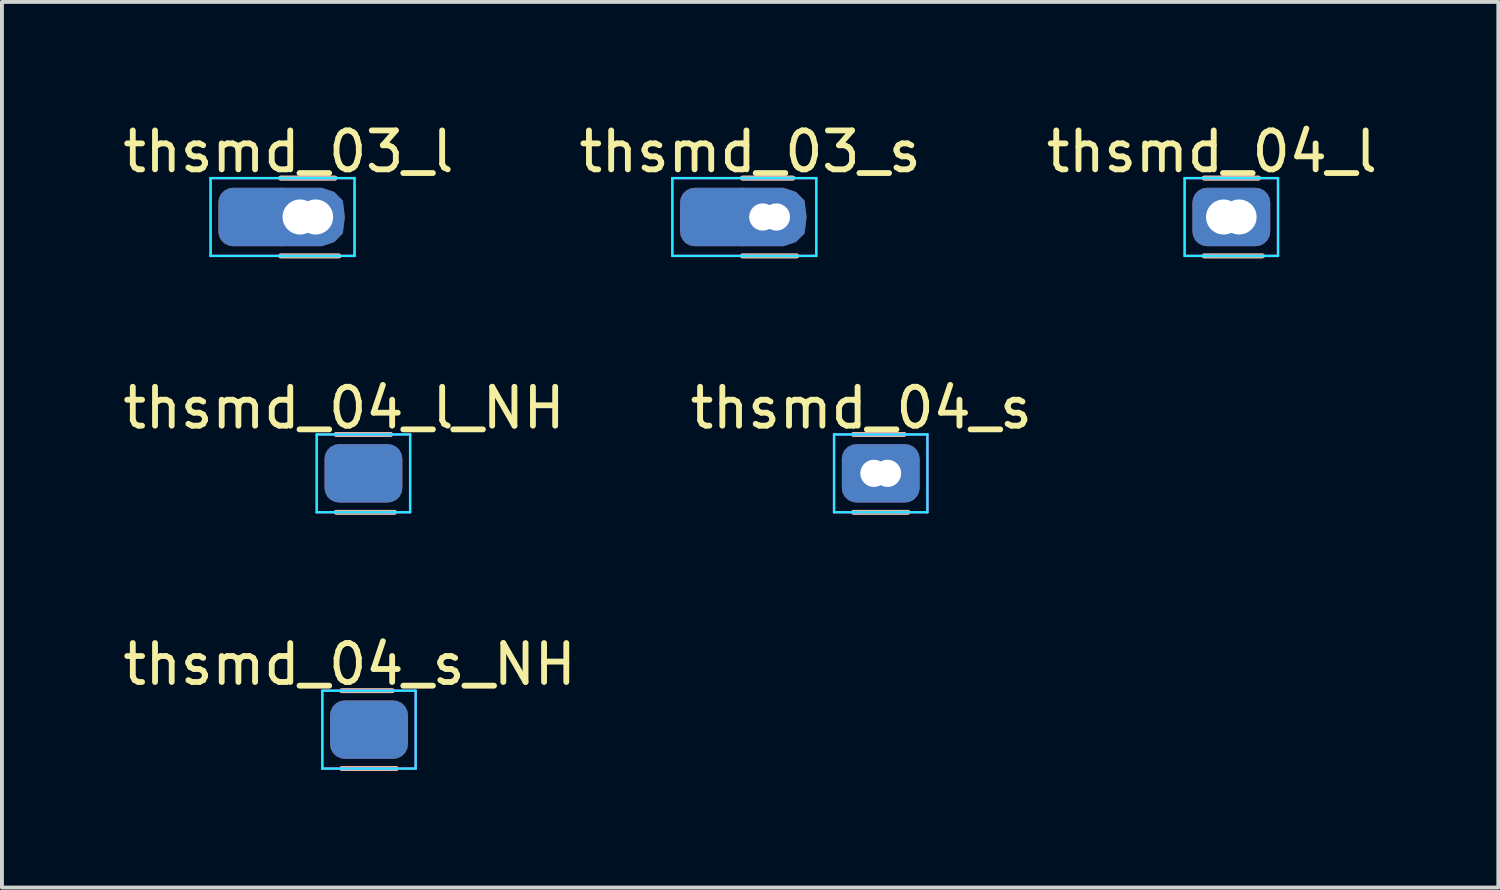
<source format=kicad_pcb>
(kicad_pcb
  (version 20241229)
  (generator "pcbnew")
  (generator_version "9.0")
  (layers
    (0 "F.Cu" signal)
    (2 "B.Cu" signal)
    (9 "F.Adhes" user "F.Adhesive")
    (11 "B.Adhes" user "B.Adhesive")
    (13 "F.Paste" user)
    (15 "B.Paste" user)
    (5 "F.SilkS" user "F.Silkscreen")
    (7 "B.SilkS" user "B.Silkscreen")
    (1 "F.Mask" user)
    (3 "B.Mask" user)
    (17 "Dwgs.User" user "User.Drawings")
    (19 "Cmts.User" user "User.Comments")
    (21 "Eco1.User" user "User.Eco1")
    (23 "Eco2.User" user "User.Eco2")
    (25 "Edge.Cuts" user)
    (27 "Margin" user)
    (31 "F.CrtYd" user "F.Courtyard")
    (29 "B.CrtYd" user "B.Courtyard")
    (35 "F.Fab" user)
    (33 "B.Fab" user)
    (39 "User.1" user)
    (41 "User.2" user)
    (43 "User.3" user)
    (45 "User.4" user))
  (footprint "thsmd_03_l"
    (layer "F.Cu")
    (at 4.863 2.528)
    (property "Reference" "thsmd_03_l" (at -0.5 -1.68 0) (layer "F.SilkS") (effects (font (size 1 1) (thickness 0.15))))
    (attr through_hole)
    (fp_poly (pts (xy 0.65 -0.6) (xy 0.85 -0.4) (xy 0.9 0) (xy 0.85 0.4) (xy 0.65 0.6) (xy 0.35 0.7) (xy -0.7 0.7) (xy -0.7 -0.7) (xy 0.35 -0.7)) (stroke (width 0.1) (type solid)) (fill yes) (layer "F.Cu"))
    (fp_poly (pts (xy 0.7 -0.65) (xy 0.9 -0.45) (xy 0.95 0) (xy 0.9 0.45) (xy 0.7 0.65) (xy 0.35 0.75) (xy -0.7 0.75) (xy -0.7 -0.75) (xy 0.35 -0.75)) (stroke (width 0.1) (type solid)) (fill yes) (layer "F.Mask"))
    (fp_poly (pts (xy 0.65 -0.6) (xy 0.85 -0.4) (xy 0.9 0) (xy 0.85 0.4) (xy 0.65 0.6) (xy 0.35 0.7) (xy -0.7 0.7) (xy -0.7 -0.7) (xy 0.35 -0.7)) (stroke (width 0.1) (type solid)) (fill yes) (layer "B.Cu"))
    (fp_poly (pts (xy 0.7 -0.65) (xy 0.9 -0.45) (xy 0.95 0) (xy 0.9 0.45) (xy 0.7 0.65) (xy 0.35 0.75) (xy -0.7 0.75) (xy -0.7 -0.75) (xy 0.35 -0.75)) (stroke (width 0.1) (type solid)) (fill yes) (layer "B.Mask"))
    (fp_line (start -0.7 -1) (end 0.7 -1) (stroke (width 0.12) (type solid)) (layer "F.SilkS"))
    (fp_line (start -0.7 1) (end 0.8 1) (stroke (width 0.12) (type solid)) (layer "F.SilkS"))
    (fp_line (start -0.7 1) (end 0.8 1) (stroke (width 0.12) (type solid)) (layer "B.SilkS"))
    (fp_line (start 0.7 -1) (end -0.7 -1) (stroke (width 0.12) (type solid)) (layer "B.SilkS"))
    (fp_line (start -2.5 -1) (end 1.2 -1) (stroke (width 0.06) (type solid)) (layer "B.CrtYd"))
    (fp_line (start -2.5 1) (end -2.5 -1) (stroke (width 0.06) (type solid)) (layer "B.CrtYd"))
    (fp_line (start 1.2 -1) (end 1.2 1) (stroke (width 0.06) (type solid)) (layer "B.CrtYd"))
    (fp_line (start 1.2 1) (end -2.5 1) (stroke (width 0.06) (type solid)) (layer "B.CrtYd"))
    (fp_line (start -2.5 -1) (end 1.2 -1) (stroke (width 0.06) (type solid)) (layer "F.CrtYd"))
    (fp_line (start -2.5 1) (end -2.5 -1) (stroke (width 0.06) (type solid)) (layer "F.CrtYd"))
    (fp_line (start 1.2 -1) (end 1.2 1) (stroke (width 0.06) (type solid)) (layer "F.CrtYd"))
    (fp_line (start 1.2 1) (end -2.5 1) (stroke (width 0.06) (type solid)) (layer "F.CrtYd"))
    (pad "" np_thru_hole circle (at -0.2 0) (size 0.9 0.9) (drill 0.9) (layers "*.Cu"))
    (pad "" np_thru_hole circle (at 0.2 0) (size 0.9 0.9) (drill 0.9) (layers "*.Cu"))
    (pad "1" smd roundrect (at -1.3 0) (size 2 1.5) (layers "F.Cu" "F.Mask") (roundrect_rratio 0.25))
    (pad "2" smd roundrect (at -1.3 0) (size 2 1.5) (layers "B.Cu" "B.Mask") (roundrect_rratio 0.25)))
  (footprint "thsmd_04_s"
    (layer "F.Cu")
    (at 19.589 9.117)
    (property "Reference" "thsmd_04_s" (at -0.5 -1.68 0) (layer "F.SilkS") (effects (font (size 1 1) (thickness 0.15))))
    (attr through_hole)
    (fp_line (start -0.7 -1) (end 0.6 -1) (stroke (width 0.12) (type solid)) (layer "F.SilkS"))
    (fp_line (start -0.7 1) (end 0.7 1) (stroke (width 0.12) (type solid)) (layer "F.SilkS"))
    (fp_line (start -0.7 -1) (end 0.6 -1) (stroke (width 0.12) (type solid)) (layer "B.SilkS"))
    (fp_line (start -0.7 1) (end 0.7 1) (stroke (width 0.12) (type solid)) (layer "B.SilkS"))
    (fp_line (start -1.2 -1) (end 1.2 -1) (stroke (width 0.06) (type solid)) (layer "B.CrtYd"))
    (fp_line (start -1.2 1) (end -1.2 -1) (stroke (width 0.06) (type solid)) (layer "B.CrtYd"))
    (fp_line (start 1.2 -1) (end 1.2 1) (stroke (width 0.06) (type solid)) (layer "B.CrtYd"))
    (fp_line (start 1.2 1) (end -1.2 1) (stroke (width 0.06) (type solid)) (layer "B.CrtYd"))
    (fp_line (start -1.2 -1) (end 1.2 -1) (stroke (width 0.06) (type solid)) (layer "F.CrtYd"))
    (fp_line (start -1.2 1) (end -1.2 -1) (stroke (width 0.06) (type solid)) (layer "F.CrtYd"))
    (fp_line (start 1.2 -1) (end 1.2 1) (stroke (width 0.06) (type solid)) (layer "F.CrtYd"))
    (fp_line (start 1.2 1) (end -1.2 1) (stroke (width 0.06) (type solid)) (layer "F.CrtYd"))
    (pad "" np_thru_hole circle (at -0.175 0) (size 0.7 0.7) (drill 0.7) (layers "*.Cu"))
    (pad "" np_thru_hole circle (at 0.175 0) (size 0.7 0.7) (drill 0.7) (layers "*.Cu"))
    (pad "1" smd roundrect (at 0 0) (size 2 1.5) (layers "F.Cu" "F.Mask") (roundrect_rratio 0.25))
    (pad "2" smd roundrect (at 0 0) (size 2 1.5) (layers "B.Cu" "B.Mask") (roundrect_rratio 0.25)))
  (footprint "thsmd_04_s_NH"
    (layer "F.Cu")
    (at 6.435 15.705)
    (property "Reference" "thsmd_04_s_NH" (at -0.5 -1.68 0) (layer "F.SilkS") (effects (font (size 1 1) (thickness 0.15))))
    (attr through_hole)
    (fp_line (start -0.7 -1) (end 0.6 -1) (stroke (width 0.12) (type solid)) (layer "F.SilkS"))
    (fp_line (start -0.7 1) (end 0.7 1) (stroke (width 0.12) (type solid)) (layer "F.SilkS"))
    (fp_line (start -0.7 -1) (end 0.6 -1) (stroke (width 0.12) (type solid)) (layer "B.SilkS"))
    (fp_line (start -0.7 1) (end 0.7 1) (stroke (width 0.12) (type solid)) (layer "B.SilkS"))
    (fp_line (start -1.2 -1) (end 1.2 -1) (stroke (width 0.06) (type solid)) (layer "B.CrtYd"))
    (fp_line (start -1.2 1) (end -1.2 -1) (stroke (width 0.06) (type solid)) (layer "B.CrtYd"))
    (fp_line (start 1.2 -1) (end 1.2 1) (stroke (width 0.06) (type solid)) (layer "B.CrtYd"))
    (fp_line (start 1.2 1) (end -1.2 1) (stroke (width 0.06) (type solid)) (layer "B.CrtYd"))
    (fp_line (start -1.2 -1) (end 1.2 -1) (stroke (width 0.06) (type solid)) (layer "F.CrtYd"))
    (fp_line (start -1.2 1) (end -1.2 -1) (stroke (width 0.06) (type solid)) (layer "F.CrtYd"))
    (fp_line (start 1.2 -1) (end 1.2 1) (stroke (width 0.06) (type solid)) (layer "F.CrtYd"))
    (fp_line (start 1.2 1) (end -1.2 1) (stroke (width 0.06) (type solid)) (layer "F.CrtYd"))
    (pad "1" smd roundrect (at 0 0) (size 2 1.5) (layers "F.Cu" "F.Mask") (roundrect_rratio 0.25))
    (pad "2" smd roundrect (at 0 0) (size 2 1.5) (layers "B.Cu" "B.Mask") (roundrect_rratio 0.25)))
  (footprint "thsmd_04_l_NH"
    (layer "F.Cu")
    (at 6.292 9.117)
    (property "Reference" "thsmd_04_l_NH" (at -0.5 -1.68 0) (layer "F.SilkS") (effects (font (size 1 1) (thickness 0.15))))
    (attr through_hole)
    (fp_line (start -0.7 -1) (end 0.7 -1) (stroke (width 0.12) (type solid)) (layer "F.SilkS"))
    (fp_line (start -0.7 1) (end 0.8 1) (stroke (width 0.12) (type solid)) (layer "F.SilkS"))
    (fp_line (start -0.7 1) (end 0.8 1) (stroke (width 0.12) (type solid)) (layer "B.SilkS"))
    (fp_line (start 0.7 -1) (end -0.7 -1) (stroke (width 0.12) (type solid)) (layer "B.SilkS"))
    (fp_line (start -1.2 -1) (end 1.2 -1) (stroke (width 0.06) (type solid)) (layer "B.CrtYd"))
    (fp_line (start -1.2 1) (end -1.2 -1) (stroke (width 0.06) (type solid)) (layer "B.CrtYd"))
    (fp_line (start 1.2 -1) (end 1.2 1) (stroke (width 0.06) (type solid)) (layer "B.CrtYd"))
    (fp_line (start 1.2 1) (end -1.2 1) (stroke (width 0.06) (type solid)) (layer "B.CrtYd"))
    (fp_line (start -1.2 -1) (end 1.2 -1) (stroke (width 0.06) (type solid)) (layer "F.CrtYd"))
    (fp_line (start -1.2 1) (end -1.2 -1) (stroke (width 0.06) (type solid)) (layer "F.CrtYd"))
    (fp_line (start 1.2 -1) (end 1.2 1) (stroke (width 0.06) (type solid)) (layer "F.CrtYd"))
    (fp_line (start 1.2 1) (end -1.2 1) (stroke (width 0.06) (type solid)) (layer "F.CrtYd"))
    (pad "1" smd roundrect (at 0 0) (size 2 1.5) (layers "F.Cu" "F.Mask") (roundrect_rratio 0.25))
    (pad "2" smd roundrect (at 0 0) (size 2 1.5) (layers "B.Cu" "B.Mask") (roundrect_rratio 0.25)))
  (footprint "thsmd_04_l"
    (layer "F.Cu")
    (at 28.601 2.528)
    (property "Reference" "thsmd_04_l" (at -0.5 -1.68 0) (layer "F.SilkS") (effects (font (size 1 1) (thickness 0.15))))
    (attr through_hole)
    (fp_line (start -0.7 -1) (end 0.7 -1) (stroke (width 0.12) (type solid)) (layer "F.SilkS"))
    (fp_line (start -0.7 1) (end 0.8 1) (stroke (width 0.12) (type solid)) (layer "F.SilkS"))
    (fp_line (start -0.7 1) (end 0.8 1) (stroke (width 0.12) (type solid)) (layer "B.SilkS"))
    (fp_line (start 0.7 -1) (end -0.7 -1) (stroke (width 0.12) (type solid)) (layer "B.SilkS"))
    (fp_line (start -1.2 -1) (end 1.2 -1) (stroke (width 0.06) (type solid)) (layer "B.CrtYd"))
    (fp_line (start -1.2 1) (end -1.2 -1) (stroke (width 0.06) (type solid)) (layer "B.CrtYd"))
    (fp_line (start 1.2 -1) (end 1.2 1) (stroke (width 0.06) (type solid)) (layer "B.CrtYd"))
    (fp_line (start 1.2 1) (end -1.2 1) (stroke (width 0.06) (type solid)) (layer "B.CrtYd"))
    (fp_line (start -1.2 -1) (end 1.2 -1) (stroke (width 0.06) (type solid)) (layer "F.CrtYd"))
    (fp_line (start -1.2 1) (end -1.2 -1) (stroke (width 0.06) (type solid)) (layer "F.CrtYd"))
    (fp_line (start 1.2 -1) (end 1.2 1) (stroke (width 0.06) (type solid)) (layer "F.CrtYd"))
    (fp_line (start 1.2 1) (end -1.2 1) (stroke (width 0.06) (type solid)) (layer "F.CrtYd"))
    (pad "" np_thru_hole circle (at -0.2 0) (size 0.9 0.9) (drill 0.9) (layers "*.Cu"))
    (pad "" np_thru_hole circle (at 0.2 0) (size 0.9 0.9) (drill 0.9) (layers "*.Cu"))
    (pad "1" smd roundrect (at 0 0) (size 2 1.5) (layers "F.Cu" "F.Mask") (roundrect_rratio 0.25))
    (pad "2" smd roundrect (at 0 0) (size 2 1.5) (layers "B.Cu" "B.Mask") (roundrect_rratio 0.25)))
  (footprint "thsmd_03_s"
    (layer "F.Cu")
    (at 16.732 2.528)
    (property "Reference" "thsmd_03_s" (at -0.5 -1.68 0) (layer "F.SilkS") (effects (font (size 1 1) (thickness 0.15))))
    (attr through_hole)
    (fp_poly (pts (xy 0.65 -0.6) (xy 0.85 -0.4) (xy 0.9 0) (xy 0.85 0.4) (xy 0.65 0.6) (xy 0.35 0.7) (xy -0.7 0.7) (xy -0.7 -0.7) (xy 0.35 -0.7)) (stroke (width 0.1) (type solid)) (fill yes) (layer "F.Cu"))
    (fp_poly (pts (xy 0.7 -0.65) (xy 0.9 -0.45) (xy 0.95 0) (xy 0.9 0.45) (xy 0.7 0.65) (xy 0.35 0.75) (xy -0.7 0.75) (xy -0.7 -0.75) (xy 0.35 -0.75)) (stroke (width 0.1) (type solid)) (fill yes) (layer "F.Mask"))
    (fp_poly (pts (xy 0.65 -0.6) (xy 0.85 -0.4) (xy 0.9 0) (xy 0.85 0.4) (xy 0.65 0.6) (xy 0.35 0.7) (xy -0.7 0.7) (xy -0.7 -0.7) (xy 0.35 -0.7)) (stroke (width 0.1) (type solid)) (fill yes) (layer "B.Cu"))
    (fp_poly (pts (xy 0.7 -0.65) (xy 0.9 -0.45) (xy 0.95 0) (xy 0.9 0.45) (xy 0.7 0.65) (xy 0.35 0.75) (xy -0.7 0.75) (xy -0.7 -0.75) (xy 0.35 -0.75)) (stroke (width 0.1) (type solid)) (fill yes) (layer "B.Mask"))
    (fp_line (start -0.7 -1) (end 0.6 -1) (stroke (width 0.12) (type solid)) (layer "F.SilkS"))
    (fp_line (start -0.7 1) (end 0.7 1) (stroke (width 0.12) (type solid)) (layer "F.SilkS"))
    (fp_line (start -0.7 -1) (end 0.6 -1) (stroke (width 0.12) (type solid)) (layer "B.SilkS"))
    (fp_line (start -0.7 1) (end 0.7 1) (stroke (width 0.12) (type solid)) (layer "B.SilkS"))
    (fp_line (start -2.5 -1) (end 1.2 -1) (stroke (width 0.06) (type solid)) (layer "B.CrtYd"))
    (fp_line (start -2.5 1) (end -2.5 -1) (stroke (width 0.06) (type solid)) (layer "B.CrtYd"))
    (fp_line (start 1.2 -1) (end 1.2 1) (stroke (width 0.06) (type solid)) (layer "B.CrtYd"))
    (fp_line (start 1.2 1) (end -2.5 1) (stroke (width 0.06) (type solid)) (layer "B.CrtYd"))
    (fp_line (start -2.5 -1) (end 1.2 -1) (stroke (width 0.06) (type solid)) (layer "F.CrtYd"))
    (fp_line (start -2.5 1) (end -2.5 -1) (stroke (width 0.06) (type solid)) (layer "F.CrtYd"))
    (fp_line (start 1.2 -1) (end 1.2 1) (stroke (width 0.06) (type solid)) (layer "F.CrtYd"))
    (fp_line (start 1.2 1) (end -2.5 1) (stroke (width 0.06) (type solid)) (layer "F.CrtYd"))
    (pad "" np_thru_hole circle (at -0.175 0) (size 0.7 0.7) (drill 0.7) (layers "*.Cu"))
    (pad "" np_thru_hole circle (at 0.175 0) (size 0.7 0.7) (drill 0.7) (layers "*.Cu"))
    (pad "1" smd roundrect (at -1.3 0) (size 2 1.5) (layers "F.Cu" "F.Mask") (roundrect_rratio 0.25))
    (pad "2" smd roundrect (at -1.3 0) (size 2 1.5) (layers "B.Cu" "B.Mask") (roundrect_rratio 0.25)))
  (gr_rect
    (start -3 -3)
    (end 35.464 19.765)
    (stroke (width 0.1) (type default))
    (fill no)
    (layer "Edge.Cuts")))
</source>
